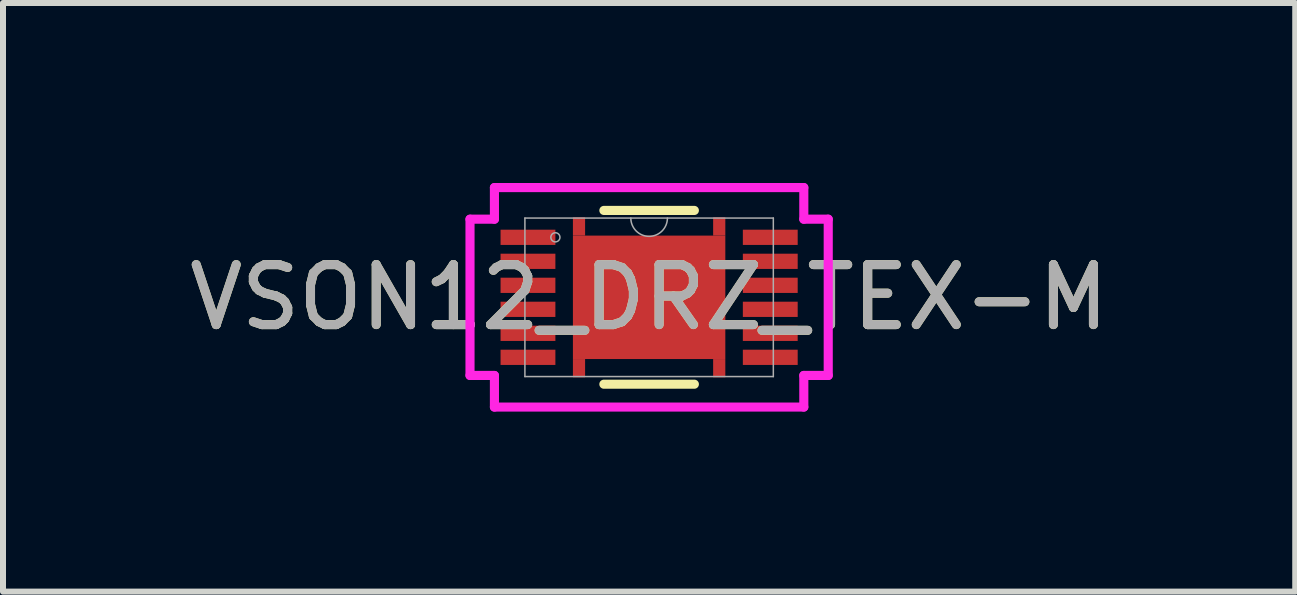
<source format=kicad_pcb>
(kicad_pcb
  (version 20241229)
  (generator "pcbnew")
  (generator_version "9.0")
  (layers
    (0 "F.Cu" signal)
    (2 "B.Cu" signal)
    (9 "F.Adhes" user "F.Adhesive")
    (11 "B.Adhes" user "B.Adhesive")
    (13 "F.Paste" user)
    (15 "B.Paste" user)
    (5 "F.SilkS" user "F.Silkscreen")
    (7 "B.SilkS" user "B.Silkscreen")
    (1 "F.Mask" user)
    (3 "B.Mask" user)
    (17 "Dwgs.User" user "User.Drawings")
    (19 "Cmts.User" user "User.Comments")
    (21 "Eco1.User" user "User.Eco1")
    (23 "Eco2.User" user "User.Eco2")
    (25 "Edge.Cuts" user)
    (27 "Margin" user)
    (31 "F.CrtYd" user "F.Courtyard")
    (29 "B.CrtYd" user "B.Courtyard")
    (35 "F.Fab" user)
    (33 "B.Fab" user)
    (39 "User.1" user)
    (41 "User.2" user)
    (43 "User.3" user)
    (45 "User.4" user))
  (footprint "VSON12_DRZ_TEX-M"
    (layer "F.Cu")
    (at 7.768 1.905)
    (property "Reference" "VSON12_DRZ_TEX-M" (at 0 0 0) (unlocked yes) (layer "F.SilkS") (effects (font (size 1 1) (thickness 0.15))))
    (attr smd)
    (fp_poly (pts (xy -1.27 -1.029) (xy -1.27 -1.333) (xy -1.067 -1.333) (xy -1.067 -1.029)) (stroke (width 0) (type solid)) (fill yes) (layer "F.Cu"))
    (fp_poly (pts (xy -1.27 1.029) (xy -1.27 1.333) (xy -1.067 1.333) (xy -1.067 1.029)) (stroke (width 0) (type solid)) (fill yes) (layer "F.Cu"))
    (fp_poly (pts (xy 1.27 -1.029) (xy 1.27 -1.333) (xy 1.067 -1.333) (xy 1.067 -1.029)) (stroke (width 0) (type solid)) (fill yes) (layer "F.Cu"))
    (fp_poly (pts (xy 1.27 1.029) (xy 1.27 1.333) (xy 1.067 1.333) (xy 1.067 1.029)) (stroke (width 0) (type solid)) (fill yes) (layer "F.Cu"))
    (fp_poly (pts (xy -1.27 -1.029) (xy -1.27 -1.333) (xy -1.067 -1.333) (xy -1.067 -1.029)) (stroke (width 0) (type solid)) (fill yes) (layer "F.Mask"))
    (fp_poly (pts (xy -1.27 1.029) (xy -1.27 1.333) (xy -1.067 1.333) (xy -1.067 1.029)) (stroke (width 0) (type solid)) (fill yes) (layer "F.Mask"))
    (fp_poly (pts (xy 1.27 -1.029) (xy 1.27 -1.333) (xy 1.067 -1.333) (xy 1.067 -1.029)) (stroke (width 0) (type solid)) (fill yes) (layer "F.Mask"))
    (fp_poly (pts (xy 1.27 1.029) (xy 1.27 1.333) (xy 1.067 1.333) (xy 1.067 1.029)) (stroke (width 0) (type solid)) (fill yes) (layer "F.Mask"))
    (fp_line (start -0.754 1.448) (end 0.754 1.448) (stroke (width 0.152) (type solid)) (layer "F.SilkS"))
    (fp_line (start 0.754 -1.448) (end -0.754 -1.448) (stroke (width 0.152) (type solid)) (layer "F.SilkS"))
    (fp_poly (pts (xy -1.27 -1.029) (xy -1.27 -1.333) (xy -1.067 -1.333) (xy -1.067 -1.029)) (stroke (width 0) (type solid)) (fill yes) (layer "F.Paste"))
    (fp_poly (pts (xy -1.27 1.029) (xy -1.27 1.333) (xy -1.067 1.333) (xy -1.067 1.029)) (stroke (width 0) (type solid)) (fill yes) (layer "F.Paste"))
    (fp_poly (pts (xy 1.27 -1.029) (xy 1.27 -1.333) (xy 1.067 -1.333) (xy 1.067 -1.029)) (stroke (width 0) (type solid)) (fill yes) (layer "F.Paste"))
    (fp_poly (pts (xy 1.27 1.029) (xy 1.27 1.333) (xy 1.067 1.333) (xy 1.067 1.029)) (stroke (width 0) (type solid)) (fill yes) (layer "F.Paste"))
    (fp_line (start -2.985 -1.302) (end -2.578 -1.302) (stroke (width 0.152) (type solid)) (layer "F.CrtYd"))
    (fp_line (start -2.985 1.302) (end -2.985 -1.302) (stroke (width 0.152) (type solid)) (layer "F.CrtYd"))
    (fp_line (start -2.985 1.302) (end -2.578 1.302) (stroke (width 0.152) (type solid)) (layer "F.CrtYd"))
    (fp_line (start -2.578 -1.829) (end 2.578 -1.829) (stroke (width 0.152) (type solid)) (layer "F.CrtYd"))
    (fp_line (start -2.578 -1.302) (end -2.578 -1.829) (stroke (width 0.152) (type solid)) (layer "F.CrtYd"))
    (fp_line (start -2.578 1.829) (end -2.578 1.302) (stroke (width 0.152) (type solid)) (layer "F.CrtYd"))
    (fp_line (start 2.578 -1.829) (end 2.578 -1.302) (stroke (width 0.152) (type solid)) (layer "F.CrtYd"))
    (fp_line (start 2.578 1.302) (end 2.578 1.829) (stroke (width 0.152) (type solid)) (layer "F.CrtYd"))
    (fp_line (start 2.578 1.829) (end -2.578 1.829) (stroke (width 0.152) (type solid)) (layer "F.CrtYd"))
    (fp_line (start 2.985 -1.302) (end 2.578 -1.302) (stroke (width 0.152) (type solid)) (layer "F.CrtYd"))
    (fp_line (start 2.985 -1.302) (end 2.985 1.302) (stroke (width 0.152) (type solid)) (layer "F.CrtYd"))
    (fp_line (start 2.985 1.302) (end 2.578 1.302) (stroke (width 0.152) (type solid)) (layer "F.CrtYd"))
    (fp_line (start -2.07 -1.321) (end -2.07 1.321) (stroke (width 0.025) (type solid)) (layer "F.Fab"))
    (fp_line (start -2.07 1.321) (end 2.07 1.321) (stroke (width 0.025) (type solid)) (layer "F.Fab"))
    (fp_line (start 2.07 -1.321) (end -2.07 -1.321) (stroke (width 0.025) (type solid)) (layer "F.Fab"))
    (fp_line (start 2.07 1.321) (end 2.07 -1.321) (stroke (width 0.025) (type solid)) (layer "F.Fab"))
    (fp_arc (start 0.3048 -1.3208) (mid 0 -1.016) (end -0.3048 -1.3208) (stroke (width 0.0254) (type solid)) (layer "F.Fab"))
    (fp_circle (center -1.562 -1) (end -1.486 -1) (stroke (width 0.025) (type solid)) (fill no) (layer "F.Fab"))
    (fp_text user "${REFERENCE}" (at 0 0 0) (unlocked yes) (layer "F.Fab") (effects (font (size 1 1) (thickness 0.15))))
    (pad "1" smd rect (at -2.019 -1) (size 0.914 0.254) (layers "F.Cu" "F.Mask" "F.Paste"))
    (pad "2" smd rect (at -2.019 -0.6) (size 0.914 0.254) (layers "F.Cu" "F.Mask" "F.Paste"))
    (pad "3" smd rect (at -2.019 -0.2) (size 0.914 0.254) (layers "F.Cu" "F.Mask" "F.Paste"))
    (pad "4" smd rect (at -2.019 0.2) (size 0.914 0.254) (layers "F.Cu" "F.Mask" "F.Paste"))
    (pad "5" smd rect (at -2.019 0.6) (size 0.914 0.254) (layers "F.Cu" "F.Mask" "F.Paste"))
    (pad "6" smd rect (at -2.019 1) (size 0.914 0.254) (layers "F.Cu" "F.Mask" "F.Paste"))
    (pad "7" smd rect (at 2.019 1) (size 0.914 0.254) (layers "F.Cu" "F.Mask" "F.Paste"))
    (pad "8" smd rect (at 2.019 0.6) (size 0.914 0.254) (layers "F.Cu" "F.Mask" "F.Paste"))
    (pad "9" smd rect (at 2.019 0.2) (size 0.914 0.254) (layers "F.Cu" "F.Mask" "F.Paste"))
    (pad "10" smd rect (at 2.019 -0.2) (size 0.914 0.254) (layers "F.Cu" "F.Mask" "F.Paste"))
    (pad "11" smd rect (at 2.019 -0.6) (size 0.914 0.254) (layers "F.Cu" "F.Mask" "F.Paste"))
    (pad "12" smd rect (at 2.019 -1) (size 0.914 0.254) (layers "F.Cu" "F.Mask" "F.Paste"))
    (pad "13" smd rect (at 0 0) (size 2.54 2.057) (layers "F.Cu" "F.Mask" "F.Paste")))
  (gr_rect
    (start -3 -3)
    (end 18.536 6.81)
    (stroke (width 0.1) (type default))
    (fill no)
    (layer "Edge.Cuts")))
</source>
